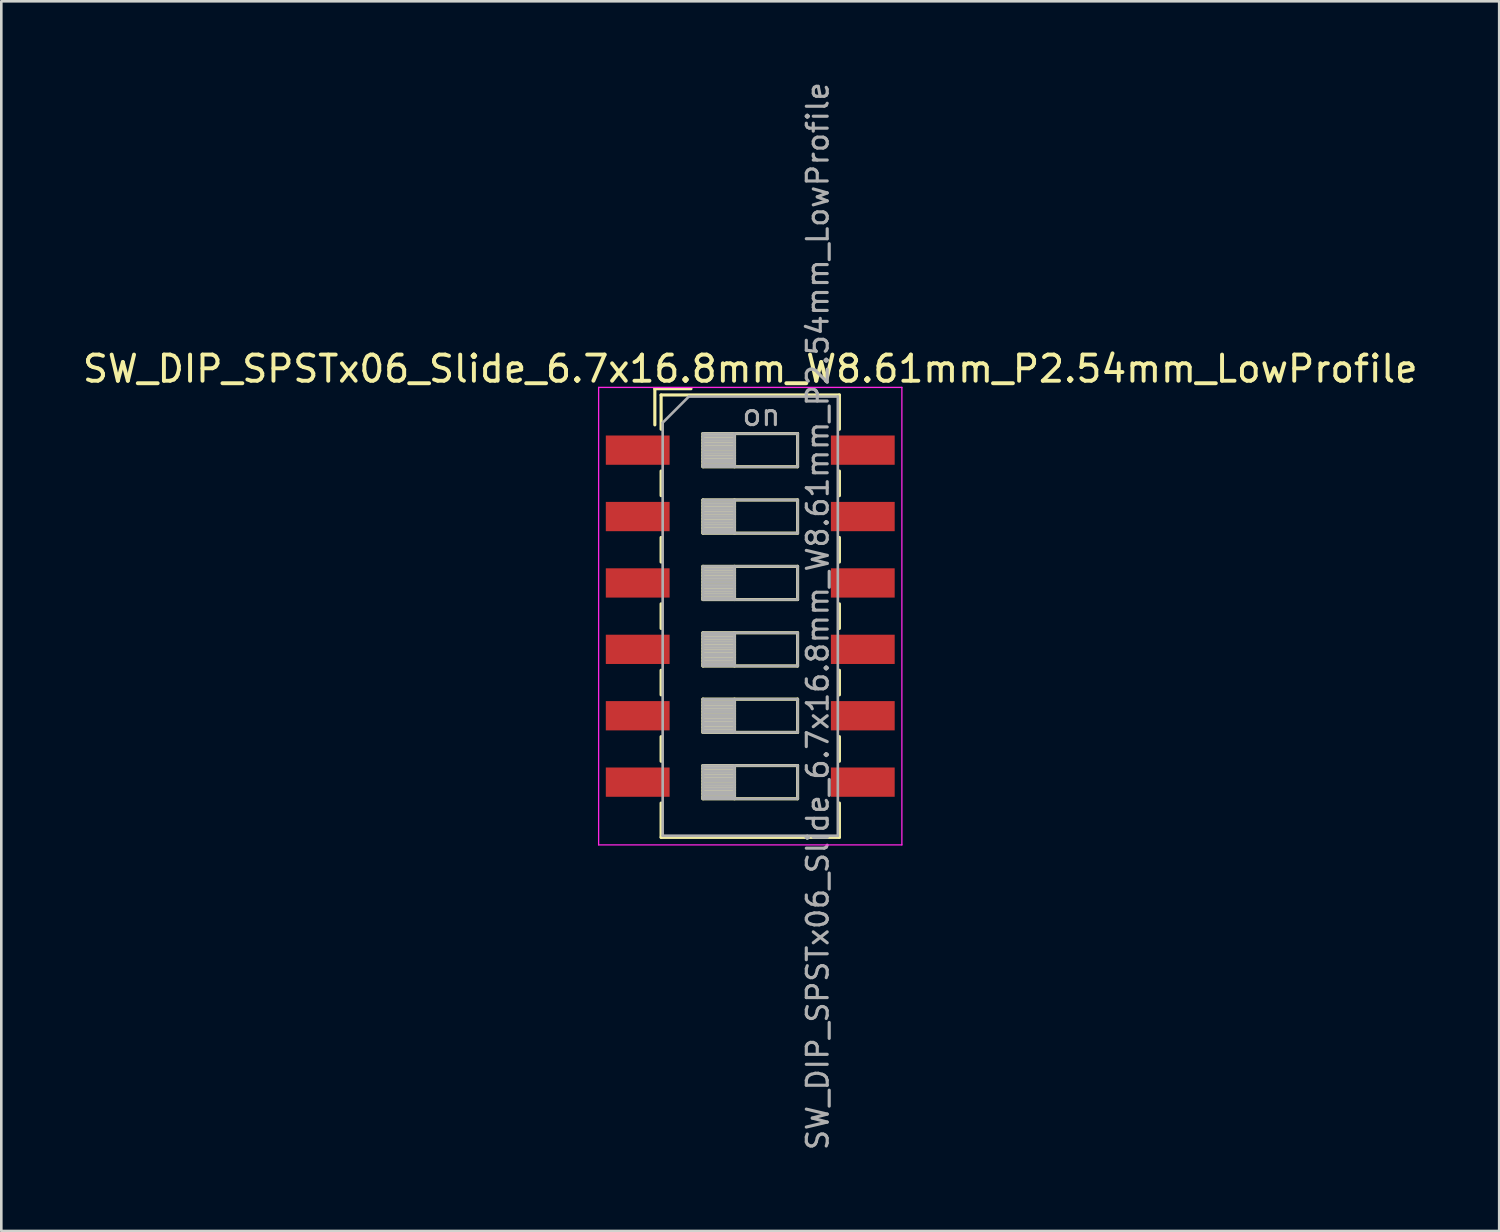
<source format=kicad_pcb>
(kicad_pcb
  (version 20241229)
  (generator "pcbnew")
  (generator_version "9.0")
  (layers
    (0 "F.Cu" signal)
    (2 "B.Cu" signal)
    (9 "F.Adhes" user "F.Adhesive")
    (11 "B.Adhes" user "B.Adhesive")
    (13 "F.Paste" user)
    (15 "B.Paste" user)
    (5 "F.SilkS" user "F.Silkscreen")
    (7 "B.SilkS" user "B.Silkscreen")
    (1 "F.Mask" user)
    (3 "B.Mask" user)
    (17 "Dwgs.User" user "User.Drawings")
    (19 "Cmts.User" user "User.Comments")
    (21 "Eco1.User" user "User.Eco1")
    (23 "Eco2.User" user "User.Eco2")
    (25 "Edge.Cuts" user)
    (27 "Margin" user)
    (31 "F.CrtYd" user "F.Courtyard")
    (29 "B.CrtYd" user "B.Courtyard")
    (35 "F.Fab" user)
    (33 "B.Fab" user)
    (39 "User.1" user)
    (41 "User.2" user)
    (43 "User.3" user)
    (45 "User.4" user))
  (footprint "SW_DIP_SPSTx06_Slide_6.7x16.8mm_W8.61mm_P2.54mm_LowProfile"
    (layer "F.Cu")
    (at 25.649 20.519)
    (property "Reference" "SW_DIP_SPSTx06_Slide_6.7x16.8mm_W8.61mm_P2.54mm_LowProfile" (at 0 -9.46 0) (layer "F.SilkS") (effects (font (size 1 1) (thickness 0.15))))
    (attr smd)
    (fp_line (start -3.65 -8.7) (end -3.65 -7.317) (stroke (width 0.12) (type solid)) (layer "F.SilkS"))
    (fp_line (start -3.65 -8.7) (end -2.267 -8.7) (stroke (width 0.12) (type solid)) (layer "F.SilkS"))
    (fp_line (start -3.41 -8.46) (end -3.41 -7.15) (stroke (width 0.12) (type solid)) (layer "F.SilkS"))
    (fp_line (start -3.41 -8.46) (end 3.41 -8.46) (stroke (width 0.12) (type solid)) (layer "F.SilkS"))
    (fp_line (start -3.41 -5.55) (end -3.41 -4.61) (stroke (width 0.12) (type solid)) (layer "F.SilkS"))
    (fp_line (start -3.41 -3.01) (end -3.41 -2.07) (stroke (width 0.12) (type solid)) (layer "F.SilkS"))
    (fp_line (start -3.41 -0.47) (end -3.41 0.47) (stroke (width 0.12) (type solid)) (layer "F.SilkS"))
    (fp_line (start -3.41 2.07) (end -3.41 3.01) (stroke (width 0.12) (type solid)) (layer "F.SilkS"))
    (fp_line (start -3.41 4.61) (end -3.41 5.55) (stroke (width 0.12) (type solid)) (layer "F.SilkS"))
    (fp_line (start -3.41 7.15) (end -3.41 8.461) (stroke (width 0.12) (type solid)) (layer "F.SilkS"))
    (fp_line (start -3.41 8.461) (end 3.41 8.461) (stroke (width 0.12) (type solid)) (layer "F.SilkS"))
    (fp_line (start -1.81 -6.985) (end -1.81 -5.715) (stroke (width 0.12) (type solid)) (layer "F.SilkS"))
    (fp_line (start -1.81 -6.865) (end -0.603 -6.865) (stroke (width 0.12) (type solid)) (layer "F.SilkS"))
    (fp_line (start -1.81 -6.745) (end -0.603 -6.745) (stroke (width 0.12) (type solid)) (layer "F.SilkS"))
    (fp_line (start -1.81 -6.625) (end -0.603 -6.625) (stroke (width 0.12) (type solid)) (layer "F.SilkS"))
    (fp_line (start -1.81 -6.505) (end -0.603 -6.505) (stroke (width 0.12) (type solid)) (layer "F.SilkS"))
    (fp_line (start -1.81 -6.385) (end -0.603 -6.385) (stroke (width 0.12) (type solid)) (layer "F.SilkS"))
    (fp_line (start -1.81 -6.265) (end -0.603 -6.265) (stroke (width 0.12) (type solid)) (layer "F.SilkS"))
    (fp_line (start -1.81 -6.145) (end -0.603 -6.145) (stroke (width 0.12) (type solid)) (layer "F.SilkS"))
    (fp_line (start -1.81 -6.025) (end -0.603 -6.025) (stroke (width 0.12) (type solid)) (layer "F.SilkS"))
    (fp_line (start -1.81 -5.905) (end -0.603 -5.905) (stroke (width 0.12) (type solid)) (layer "F.SilkS"))
    (fp_line (start -1.81 -5.785) (end -0.603 -5.785) (stroke (width 0.12) (type solid)) (layer "F.SilkS"))
    (fp_line (start -1.81 -5.715) (end 1.81 -5.715) (stroke (width 0.12) (type solid)) (layer "F.SilkS"))
    (fp_line (start -1.81 -4.445) (end -1.81 -3.175) (stroke (width 0.12) (type solid)) (layer "F.SilkS"))
    (fp_line (start -1.81 -4.325) (end -0.603 -4.325) (stroke (width 0.12) (type solid)) (layer "F.SilkS"))
    (fp_line (start -1.81 -4.205) (end -0.603 -4.205) (stroke (width 0.12) (type solid)) (layer "F.SilkS"))
    (fp_line (start -1.81 -4.085) (end -0.603 -4.085) (stroke (width 0.12) (type solid)) (layer "F.SilkS"))
    (fp_line (start -1.81 -3.965) (end -0.603 -3.965) (stroke (width 0.12) (type solid)) (layer "F.SilkS"))
    (fp_line (start -1.81 -3.845) (end -0.603 -3.845) (stroke (width 0.12) (type solid)) (layer "F.SilkS"))
    (fp_line (start -1.81 -3.725) (end -0.603 -3.725) (stroke (width 0.12) (type solid)) (layer "F.SilkS"))
    (fp_line (start -1.81 -3.605) (end -0.603 -3.605) (stroke (width 0.12) (type solid)) (layer "F.SilkS"))
    (fp_line (start -1.81 -3.485) (end -0.603 -3.485) (stroke (width 0.12) (type solid)) (layer "F.SilkS"))
    (fp_line (start -1.81 -3.365) (end -0.603 -3.365) (stroke (width 0.12) (type solid)) (layer "F.SilkS"))
    (fp_line (start -1.81 -3.245) (end -0.603 -3.245) (stroke (width 0.12) (type solid)) (layer "F.SilkS"))
    (fp_line (start -1.81 -3.175) (end 1.81 -3.175) (stroke (width 0.12) (type solid)) (layer "F.SilkS"))
    (fp_line (start -1.81 -1.905) (end -1.81 -0.635) (stroke (width 0.12) (type solid)) (layer "F.SilkS"))
    (fp_line (start -1.81 -1.785) (end -0.603 -1.785) (stroke (width 0.12) (type solid)) (layer "F.SilkS"))
    (fp_line (start -1.81 -1.665) (end -0.603 -1.665) (stroke (width 0.12) (type solid)) (layer "F.SilkS"))
    (fp_line (start -1.81 -1.545) (end -0.603 -1.545) (stroke (width 0.12) (type solid)) (layer "F.SilkS"))
    (fp_line (start -1.81 -1.425) (end -0.603 -1.425) (stroke (width 0.12) (type solid)) (layer "F.SilkS"))
    (fp_line (start -1.81 -1.305) (end -0.603 -1.305) (stroke (width 0.12) (type solid)) (layer "F.SilkS"))
    (fp_line (start -1.81 -1.185) (end -0.603 -1.185) (stroke (width 0.12) (type solid)) (layer "F.SilkS"))
    (fp_line (start -1.81 -1.065) (end -0.603 -1.065) (stroke (width 0.12) (type solid)) (layer "F.SilkS"))
    (fp_line (start -1.81 -0.945) (end -0.603 -0.945) (stroke (width 0.12) (type solid)) (layer "F.SilkS"))
    (fp_line (start -1.81 -0.825) (end -0.603 -0.825) (stroke (width 0.12) (type solid)) (layer "F.SilkS"))
    (fp_line (start -1.81 -0.705) (end -0.603 -0.705) (stroke (width 0.12) (type solid)) (layer "F.SilkS"))
    (fp_line (start -1.81 -0.635) (end 1.81 -0.635) (stroke (width 0.12) (type solid)) (layer "F.SilkS"))
    (fp_line (start -1.81 0.635) (end -1.81 1.905) (stroke (width 0.12) (type solid)) (layer "F.SilkS"))
    (fp_line (start -1.81 0.755) (end -0.603 0.755) (stroke (width 0.12) (type solid)) (layer "F.SilkS"))
    (fp_line (start -1.81 0.875) (end -0.603 0.875) (stroke (width 0.12) (type solid)) (layer "F.SilkS"))
    (fp_line (start -1.81 0.995) (end -0.603 0.995) (stroke (width 0.12) (type solid)) (layer "F.SilkS"))
    (fp_line (start -1.81 1.115) (end -0.603 1.115) (stroke (width 0.12) (type solid)) (layer "F.SilkS"))
    (fp_line (start -1.81 1.235) (end -0.603 1.235) (stroke (width 0.12) (type solid)) (layer "F.SilkS"))
    (fp_line (start -1.81 1.355) (end -0.603 1.355) (stroke (width 0.12) (type solid)) (layer "F.SilkS"))
    (fp_line (start -1.81 1.475) (end -0.603 1.475) (stroke (width 0.12) (type solid)) (layer "F.SilkS"))
    (fp_line (start -1.81 1.595) (end -0.603 1.595) (stroke (width 0.12) (type solid)) (layer "F.SilkS"))
    (fp_line (start -1.81 1.715) (end -0.603 1.715) (stroke (width 0.12) (type solid)) (layer "F.SilkS"))
    (fp_line (start -1.81 1.835) (end -0.603 1.835) (stroke (width 0.12) (type solid)) (layer "F.SilkS"))
    (fp_line (start -1.81 1.905) (end 1.81 1.905) (stroke (width 0.12) (type solid)) (layer "F.SilkS"))
    (fp_line (start -1.81 3.175) (end -1.81 4.445) (stroke (width 0.12) (type solid)) (layer "F.SilkS"))
    (fp_line (start -1.81 3.295) (end -0.603 3.295) (stroke (width 0.12) (type solid)) (layer "F.SilkS"))
    (fp_line (start -1.81 3.415) (end -0.603 3.415) (stroke (width 0.12) (type solid)) (layer "F.SilkS"))
    (fp_line (start -1.81 3.535) (end -0.603 3.535) (stroke (width 0.12) (type solid)) (layer "F.SilkS"))
    (fp_line (start -1.81 3.655) (end -0.603 3.655) (stroke (width 0.12) (type solid)) (layer "F.SilkS"))
    (fp_line (start -1.81 3.775) (end -0.603 3.775) (stroke (width 0.12) (type solid)) (layer "F.SilkS"))
    (fp_line (start -1.81 3.895) (end -0.603 3.895) (stroke (width 0.12) (type solid)) (layer "F.SilkS"))
    (fp_line (start -1.81 4.015) (end -0.603 4.015) (stroke (width 0.12) (type solid)) (layer "F.SilkS"))
    (fp_line (start -1.81 4.135) (end -0.603 4.135) (stroke (width 0.12) (type solid)) (layer "F.SilkS"))
    (fp_line (start -1.81 4.255) (end -0.603 4.255) (stroke (width 0.12) (type solid)) (layer "F.SilkS"))
    (fp_line (start -1.81 4.375) (end -0.603 4.375) (stroke (width 0.12) (type solid)) (layer "F.SilkS"))
    (fp_line (start -1.81 4.445) (end 1.81 4.445) (stroke (width 0.12) (type solid)) (layer "F.SilkS"))
    (fp_line (start -1.81 5.715) (end -1.81 6.985) (stroke (width 0.12) (type solid)) (layer "F.SilkS"))
    (fp_line (start -1.81 5.835) (end -0.603 5.835) (stroke (width 0.12) (type solid)) (layer "F.SilkS"))
    (fp_line (start -1.81 5.955) (end -0.603 5.955) (stroke (width 0.12) (type solid)) (layer "F.SilkS"))
    (fp_line (start -1.81 6.075) (end -0.603 6.075) (stroke (width 0.12) (type solid)) (layer "F.SilkS"))
    (fp_line (start -1.81 6.195) (end -0.603 6.195) (stroke (width 0.12) (type solid)) (layer "F.SilkS"))
    (fp_line (start -1.81 6.315) (end -0.603 6.315) (stroke (width 0.12) (type solid)) (layer "F.SilkS"))
    (fp_line (start -1.81 6.435) (end -0.603 6.435) (stroke (width 0.12) (type solid)) (layer "F.SilkS"))
    (fp_line (start -1.81 6.555) (end -0.603 6.555) (stroke (width 0.12) (type solid)) (layer "F.SilkS"))
    (fp_line (start -1.81 6.675) (end -0.603 6.675) (stroke (width 0.12) (type solid)) (layer "F.SilkS"))
    (fp_line (start -1.81 6.795) (end -0.603 6.795) (stroke (width 0.12) (type solid)) (layer "F.SilkS"))
    (fp_line (start -1.81 6.915) (end -0.603 6.915) (stroke (width 0.12) (type solid)) (layer "F.SilkS"))
    (fp_line (start -1.81 6.985) (end 1.81 6.985) (stroke (width 0.12) (type solid)) (layer "F.SilkS"))
    (fp_line (start -0.603 -6.985) (end -0.603 -5.715) (stroke (width 0.12) (type solid)) (layer "F.SilkS"))
    (fp_line (start -0.603 -4.445) (end -0.603 -3.175) (stroke (width 0.12) (type solid)) (layer "F.SilkS"))
    (fp_line (start -0.603 -1.905) (end -0.603 -0.635) (stroke (width 0.12) (type solid)) (layer "F.SilkS"))
    (fp_line (start -0.603 0.635) (end -0.603 1.905) (stroke (width 0.12) (type solid)) (layer "F.SilkS"))
    (fp_line (start -0.603 3.175) (end -0.603 4.445) (stroke (width 0.12) (type solid)) (layer "F.SilkS"))
    (fp_line (start -0.603 5.715) (end -0.603 6.985) (stroke (width 0.12) (type solid)) (layer "F.SilkS"))
    (fp_line (start 1.81 -6.985) (end -1.81 -6.985) (stroke (width 0.12) (type solid)) (layer "F.SilkS"))
    (fp_line (start 1.81 -5.715) (end 1.81 -6.985) (stroke (width 0.12) (type solid)) (layer "F.SilkS"))
    (fp_line (start 1.81 -4.445) (end -1.81 -4.445) (stroke (width 0.12) (type solid)) (layer "F.SilkS"))
    (fp_line (start 1.81 -3.175) (end 1.81 -4.445) (stroke (width 0.12) (type solid)) (layer "F.SilkS"))
    (fp_line (start 1.81 -1.905) (end -1.81 -1.905) (stroke (width 0.12) (type solid)) (layer "F.SilkS"))
    (fp_line (start 1.81 -0.635) (end 1.81 -1.905) (stroke (width 0.12) (type solid)) (layer "F.SilkS"))
    (fp_line (start 1.81 0.635) (end -1.81 0.635) (stroke (width 0.12) (type solid)) (layer "F.SilkS"))
    (fp_line (start 1.81 1.905) (end 1.81 0.635) (stroke (width 0.12) (type solid)) (layer "F.SilkS"))
    (fp_line (start 1.81 3.175) (end -1.81 3.175) (stroke (width 0.12) (type solid)) (layer "F.SilkS"))
    (fp_line (start 1.81 4.445) (end 1.81 3.175) (stroke (width 0.12) (type solid)) (layer "F.SilkS"))
    (fp_line (start 1.81 5.715) (end -1.81 5.715) (stroke (width 0.12) (type solid)) (layer "F.SilkS"))
    (fp_line (start 1.81 6.985) (end 1.81 5.715) (stroke (width 0.12) (type solid)) (layer "F.SilkS"))
    (fp_line (start 3.41 -8.46) (end 3.41 -7.15) (stroke (width 0.12) (type solid)) (layer "F.SilkS"))
    (fp_line (start 3.41 -5.55) (end 3.41 -4.61) (stroke (width 0.12) (type solid)) (layer "F.SilkS"))
    (fp_line (start 3.41 -3.01) (end 3.41 -2.07) (stroke (width 0.12) (type solid)) (layer "F.SilkS"))
    (fp_line (start 3.41 -0.47) (end 3.41 0.47) (stroke (width 0.12) (type solid)) (layer "F.SilkS"))
    (fp_line (start 3.41 2.07) (end 3.41 3.01) (stroke (width 0.12) (type solid)) (layer "F.SilkS"))
    (fp_line (start 3.41 4.61) (end 3.41 5.55) (stroke (width 0.12) (type solid)) (layer "F.SilkS"))
    (fp_line (start 3.41 7.15) (end 3.41 8.461) (stroke (width 0.12) (type solid)) (layer "F.SilkS"))
    (fp_line (start -5.8 -8.75) (end -5.8 8.75) (stroke (width 0.05) (type solid)) (layer "F.CrtYd"))
    (fp_line (start -5.8 8.75) (end 5.8 8.75) (stroke (width 0.05) (type solid)) (layer "F.CrtYd"))
    (fp_line (start 5.8 -8.75) (end -5.8 -8.75) (stroke (width 0.05) (type solid)) (layer "F.CrtYd"))
    (fp_line (start 5.8 8.75) (end 5.8 -8.75) (stroke (width 0.05) (type solid)) (layer "F.CrtYd"))
    (fp_line (start -3.35 -7.4) (end -2.35 -8.4) (stroke (width 0.1) (type solid)) (layer "F.Fab"))
    (fp_line (start -3.35 8.4) (end -3.35 -7.4) (stroke (width 0.1) (type solid)) (layer "F.Fab"))
    (fp_line (start -2.35 -8.4) (end 3.35 -8.4) (stroke (width 0.1) (type solid)) (layer "F.Fab"))
    (fp_line (start -1.81 -6.985) (end -1.81 -5.715) (stroke (width 0.1) (type solid)) (layer "F.Fab"))
    (fp_line (start -1.81 -6.885) (end -0.603 -6.885) (stroke (width 0.1) (type solid)) (layer "F.Fab"))
    (fp_line (start -1.81 -6.785) (end -0.603 -6.785) (stroke (width 0.1) (type solid)) (layer "F.Fab"))
    (fp_line (start -1.81 -6.685) (end -0.603 -6.685) (stroke (width 0.1) (type solid)) (layer "F.Fab"))
    (fp_line (start -1.81 -6.585) (end -0.603 -6.585) (stroke (width 0.1) (type solid)) (layer "F.Fab"))
    (fp_line (start -1.81 -6.485) (end -0.603 -6.485) (stroke (width 0.1) (type solid)) (layer "F.Fab"))
    (fp_line (start -1.81 -6.385) (end -0.603 -6.385) (stroke (width 0.1) (type solid)) (layer "F.Fab"))
    (fp_line (start -1.81 -6.285) (end -0.603 -6.285) (stroke (width 0.1) (type solid)) (layer "F.Fab"))
    (fp_line (start -1.81 -6.185) (end -0.603 -6.185) (stroke (width 0.1) (type solid)) (layer "F.Fab"))
    (fp_line (start -1.81 -6.085) (end -0.603 -6.085) (stroke (width 0.1) (type solid)) (layer "F.Fab"))
    (fp_line (start -1.81 -5.985) (end -0.603 -5.985) (stroke (width 0.1) (type solid)) (layer "F.Fab"))
    (fp_line (start -1.81 -5.885) (end -0.603 -5.885) (stroke (width 0.1) (type solid)) (layer "F.Fab"))
    (fp_line (start -1.81 -5.785) (end -0.603 -5.785) (stroke (width 0.1) (type solid)) (layer "F.Fab"))
    (fp_line (start -1.81 -5.715) (end 1.81 -5.715) (stroke (width 0.1) (type solid)) (layer "F.Fab"))
    (fp_line (start -1.81 -4.445) (end -1.81 -3.175) (stroke (width 0.1) (type solid)) (layer "F.Fab"))
    (fp_line (start -1.81 -4.345) (end -0.603 -4.345) (stroke (width 0.1) (type solid)) (layer "F.Fab"))
    (fp_line (start -1.81 -4.245) (end -0.603 -4.245) (stroke (width 0.1) (type solid)) (layer "F.Fab"))
    (fp_line (start -1.81 -4.145) (end -0.603 -4.145) (stroke (width 0.1) (type solid)) (layer "F.Fab"))
    (fp_line (start -1.81 -4.045) (end -0.603 -4.045) (stroke (width 0.1) (type solid)) (layer "F.Fab"))
    (fp_line (start -1.81 -3.945) (end -0.603 -3.945) (stroke (width 0.1) (type solid)) (layer "F.Fab"))
    (fp_line (start -1.81 -3.845) (end -0.603 -3.845) (stroke (width 0.1) (type solid)) (layer "F.Fab"))
    (fp_line (start -1.81 -3.745) (end -0.603 -3.745) (stroke (width 0.1) (type solid)) (layer "F.Fab"))
    (fp_line (start -1.81 -3.645) (end -0.603 -3.645) (stroke (width 0.1) (type solid)) (layer "F.Fab"))
    (fp_line (start -1.81 -3.545) (end -0.603 -3.545) (stroke (width 0.1) (type solid)) (layer "F.Fab"))
    (fp_line (start -1.81 -3.445) (end -0.603 -3.445) (stroke (width 0.1) (type solid)) (layer "F.Fab"))
    (fp_line (start -1.81 -3.345) (end -0.603 -3.345) (stroke (width 0.1) (type solid)) (layer "F.Fab"))
    (fp_line (start -1.81 -3.245) (end -0.603 -3.245) (stroke (width 0.1) (type solid)) (layer "F.Fab"))
    (fp_line (start -1.81 -3.175) (end 1.81 -3.175) (stroke (width 0.1) (type solid)) (layer "F.Fab"))
    (fp_line (start -1.81 -1.905) (end -1.81 -0.635) (stroke (width 0.1) (type solid)) (layer "F.Fab"))
    (fp_line (start -1.81 -1.805) (end -0.603 -1.805) (stroke (width 0.1) (type solid)) (layer "F.Fab"))
    (fp_line (start -1.81 -1.705) (end -0.603 -1.705) (stroke (width 0.1) (type solid)) (layer "F.Fab"))
    (fp_line (start -1.81 -1.605) (end -0.603 -1.605) (stroke (width 0.1) (type solid)) (layer "F.Fab"))
    (fp_line (start -1.81 -1.505) (end -0.603 -1.505) (stroke (width 0.1) (type solid)) (layer "F.Fab"))
    (fp_line (start -1.81 -1.405) (end -0.603 -1.405) (stroke (width 0.1) (type solid)) (layer "F.Fab"))
    (fp_line (start -1.81 -1.305) (end -0.603 -1.305) (stroke (width 0.1) (type solid)) (layer "F.Fab"))
    (fp_line (start -1.81 -1.205) (end -0.603 -1.205) (stroke (width 0.1) (type solid)) (layer "F.Fab"))
    (fp_line (start -1.81 -1.105) (end -0.603 -1.105) (stroke (width 0.1) (type solid)) (layer "F.Fab"))
    (fp_line (start -1.81 -1.005) (end -0.603 -1.005) (stroke (width 0.1) (type solid)) (layer "F.Fab"))
    (fp_line (start -1.81 -0.905) (end -0.603 -0.905) (stroke (width 0.1) (type solid)) (layer "F.Fab"))
    (fp_line (start -1.81 -0.805) (end -0.603 -0.805) (stroke (width 0.1) (type solid)) (layer "F.Fab"))
    (fp_line (start -1.81 -0.705) (end -0.603 -0.705) (stroke (width 0.1) (type solid)) (layer "F.Fab"))
    (fp_line (start -1.81 -0.635) (end 1.81 -0.635) (stroke (width 0.1) (type solid)) (layer "F.Fab"))
    (fp_line (start -1.81 0.635) (end -1.81 1.905) (stroke (width 0.1) (type solid)) (layer "F.Fab"))
    (fp_line (start -1.81 0.735) (end -0.603 0.735) (stroke (width 0.1) (type solid)) (layer "F.Fab"))
    (fp_line (start -1.81 0.835) (end -0.603 0.835) (stroke (width 0.1) (type solid)) (layer "F.Fab"))
    (fp_line (start -1.81 0.935) (end -0.603 0.935) (stroke (width 0.1) (type solid)) (layer "F.Fab"))
    (fp_line (start -1.81 1.035) (end -0.603 1.035) (stroke (width 0.1) (type solid)) (layer "F.Fab"))
    (fp_line (start -1.81 1.135) (end -0.603 1.135) (stroke (width 0.1) (type solid)) (layer "F.Fab"))
    (fp_line (start -1.81 1.235) (end -0.603 1.235) (stroke (width 0.1) (type solid)) (layer "F.Fab"))
    (fp_line (start -1.81 1.335) (end -0.603 1.335) (stroke (width 0.1) (type solid)) (layer "F.Fab"))
    (fp_line (start -1.81 1.435) (end -0.603 1.435) (stroke (width 0.1) (type solid)) (layer "F.Fab"))
    (fp_line (start -1.81 1.535) (end -0.603 1.535) (stroke (width 0.1) (type solid)) (layer "F.Fab"))
    (fp_line (start -1.81 1.635) (end -0.603 1.635) (stroke (width 0.1) (type solid)) (layer "F.Fab"))
    (fp_line (start -1.81 1.735) (end -0.603 1.735) (stroke (width 0.1) (type solid)) (layer "F.Fab"))
    (fp_line (start -1.81 1.835) (end -0.603 1.835) (stroke (width 0.1) (type solid)) (layer "F.Fab"))
    (fp_line (start -1.81 1.905) (end 1.81 1.905) (stroke (width 0.1) (type solid)) (layer "F.Fab"))
    (fp_line (start -1.81 3.175) (end -1.81 4.445) (stroke (width 0.1) (type solid)) (layer "F.Fab"))
    (fp_line (start -1.81 3.275) (end -0.603 3.275) (stroke (width 0.1) (type solid)) (layer "F.Fab"))
    (fp_line (start -1.81 3.375) (end -0.603 3.375) (stroke (width 0.1) (type solid)) (layer "F.Fab"))
    (fp_line (start -1.81 3.475) (end -0.603 3.475) (stroke (width 0.1) (type solid)) (layer "F.Fab"))
    (fp_line (start -1.81 3.575) (end -0.603 3.575) (stroke (width 0.1) (type solid)) (layer "F.Fab"))
    (fp_line (start -1.81 3.675) (end -0.603 3.675) (stroke (width 0.1) (type solid)) (layer "F.Fab"))
    (fp_line (start -1.81 3.775) (end -0.603 3.775) (stroke (width 0.1) (type solid)) (layer "F.Fab"))
    (fp_line (start -1.81 3.875) (end -0.603 3.875) (stroke (width 0.1) (type solid)) (layer "F.Fab"))
    (fp_line (start -1.81 3.975) (end -0.603 3.975) (stroke (width 0.1) (type solid)) (layer "F.Fab"))
    (fp_line (start -1.81 4.075) (end -0.603 4.075) (stroke (width 0.1) (type solid)) (layer "F.Fab"))
    (fp_line (start -1.81 4.175) (end -0.603 4.175) (stroke (width 0.1) (type solid)) (layer "F.Fab"))
    (fp_line (start -1.81 4.275) (end -0.603 4.275) (stroke (width 0.1) (type solid)) (layer "F.Fab"))
    (fp_line (start -1.81 4.375) (end -0.603 4.375) (stroke (width 0.1) (type solid)) (layer "F.Fab"))
    (fp_line (start -1.81 4.445) (end 1.81 4.445) (stroke (width 0.1) (type solid)) (layer "F.Fab"))
    (fp_line (start -1.81 5.715) (end -1.81 6.985) (stroke (width 0.1) (type solid)) (layer "F.Fab"))
    (fp_line (start -1.81 5.815) (end -0.603 5.815) (stroke (width 0.1) (type solid)) (layer "F.Fab"))
    (fp_line (start -1.81 5.915) (end -0.603 5.915) (stroke (width 0.1) (type solid)) (layer "F.Fab"))
    (fp_line (start -1.81 6.015) (end -0.603 6.015) (stroke (width 0.1) (type solid)) (layer "F.Fab"))
    (fp_line (start -1.81 6.115) (end -0.603 6.115) (stroke (width 0.1) (type solid)) (layer "F.Fab"))
    (fp_line (start -1.81 6.215) (end -0.603 6.215) (stroke (width 0.1) (type solid)) (layer "F.Fab"))
    (fp_line (start -1.81 6.315) (end -0.603 6.315) (stroke (width 0.1) (type solid)) (layer "F.Fab"))
    (fp_line (start -1.81 6.415) (end -0.603 6.415) (stroke (width 0.1) (type solid)) (layer "F.Fab"))
    (fp_line (start -1.81 6.515) (end -0.603 6.515) (stroke (width 0.1) (type solid)) (layer "F.Fab"))
    (fp_line (start -1.81 6.615) (end -0.603 6.615) (stroke (width 0.1) (type solid)) (layer "F.Fab"))
    (fp_line (start -1.81 6.715) (end -0.603 6.715) (stroke (width 0.1) (type solid)) (layer "F.Fab"))
    (fp_line (start -1.81 6.815) (end -0.603 6.815) (stroke (width 0.1) (type solid)) (layer "F.Fab"))
    (fp_line (start -1.81 6.915) (end -0.603 6.915) (stroke (width 0.1) (type solid)) (layer "F.Fab"))
    (fp_line (start -1.81 6.985) (end 1.81 6.985) (stroke (width 0.1) (type solid)) (layer "F.Fab"))
    (fp_line (start -0.603 -6.985) (end -0.603 -5.715) (stroke (width 0.1) (type solid)) (layer "F.Fab"))
    (fp_line (start -0.603 -4.445) (end -0.603 -3.175) (stroke (width 0.1) (type solid)) (layer "F.Fab"))
    (fp_line (start -0.603 -1.905) (end -0.603 -0.635) (stroke (width 0.1) (type solid)) (layer "F.Fab"))
    (fp_line (start -0.603 0.635) (end -0.603 1.905) (stroke (width 0.1) (type solid)) (layer "F.Fab"))
    (fp_line (start -0.603 3.175) (end -0.603 4.445) (stroke (width 0.1) (type solid)) (layer "F.Fab"))
    (fp_line (start -0.603 5.715) (end -0.603 6.985) (stroke (width 0.1) (type solid)) (layer "F.Fab"))
    (fp_line (start 1.81 -6.985) (end -1.81 -6.985) (stroke (width 0.1) (type solid)) (layer "F.Fab"))
    (fp_line (start 1.81 -5.715) (end 1.81 -6.985) (stroke (width 0.1) (type solid)) (layer "F.Fab"))
    (fp_line (start 1.81 -4.445) (end -1.81 -4.445) (stroke (width 0.1) (type solid)) (layer "F.Fab"))
    (fp_line (start 1.81 -3.175) (end 1.81 -4.445) (stroke (width 0.1) (type solid)) (layer "F.Fab"))
    (fp_line (start 1.81 -1.905) (end -1.81 -1.905) (stroke (width 0.1) (type solid)) (layer "F.Fab"))
    (fp_line (start 1.81 -0.635) (end 1.81 -1.905) (stroke (width 0.1) (type solid)) (layer "F.Fab"))
    (fp_line (start 1.81 0.635) (end -1.81 0.635) (stroke (width 0.1) (type solid)) (layer "F.Fab"))
    (fp_line (start 1.81 1.905) (end 1.81 0.635) (stroke (width 0.1) (type solid)) (layer "F.Fab"))
    (fp_line (start 1.81 3.175) (end -1.81 3.175) (stroke (width 0.1) (type solid)) (layer "F.Fab"))
    (fp_line (start 1.81 4.445) (end 1.81 3.175) (stroke (width 0.1) (type solid)) (layer "F.Fab"))
    (fp_line (start 1.81 5.715) (end -1.81 5.715) (stroke (width 0.1) (type solid)) (layer "F.Fab"))
    (fp_line (start 1.81 6.985) (end 1.81 5.715) (stroke (width 0.1) (type solid)) (layer "F.Fab"))
    (fp_line (start 3.35 -8.4) (end 3.35 8.4) (stroke (width 0.1) (type solid)) (layer "F.Fab"))
    (fp_line (start 3.35 8.4) (end -3.35 8.4) (stroke (width 0.1) (type solid)) (layer "F.Fab"))
    (fp_text user "${REFERENCE}" (at 2.58 0 90) (layer "F.Fab") (effects (font (size 0.8 0.8) (thickness 0.12))))
    (fp_text user "on" (at 0.427 -7.692 0) (layer "F.Fab") (effects (font (size 0.8 0.8) (thickness 0.12))))
    (pad "1" smd rect (at -4.305 -6.35) (size 2.44 1.12) (layers "F.Cu" "F.Mask" "F.Paste"))
    (pad "2" smd rect (at -4.305 -3.81) (size 2.44 1.12) (layers "F.Cu" "F.Mask" "F.Paste"))
    (pad "3" smd rect (at -4.305 -1.27) (size 2.44 1.12) (layers "F.Cu" "F.Mask" "F.Paste"))
    (pad "4" smd rect (at -4.305 1.27) (size 2.44 1.12) (layers "F.Cu" "F.Mask" "F.Paste"))
    (pad "5" smd rect (at -4.305 3.81) (size 2.44 1.12) (layers "F.Cu" "F.Mask" "F.Paste"))
    (pad "6" smd rect (at -4.305 6.35) (size 2.44 1.12) (layers "F.Cu" "F.Mask" "F.Paste"))
    (pad "7" smd rect (at 4.305 6.35) (size 2.44 1.12) (layers "F.Cu" "F.Mask" "F.Paste"))
    (pad "8" smd rect (at 4.305 3.81) (size 2.44 1.12) (layers "F.Cu" "F.Mask" "F.Paste"))
    (pad "9" smd rect (at 4.305 1.27) (size 2.44 1.12) (layers "F.Cu" "F.Mask" "F.Paste"))
    (pad "10" smd rect (at 4.305 -1.27) (size 2.44 1.12) (layers "F.Cu" "F.Mask" "F.Paste"))
    (pad "11" smd rect (at 4.305 -3.81) (size 2.44 1.12) (layers "F.Cu" "F.Mask" "F.Paste"))
    (pad "12" smd rect (at 4.305 -6.35) (size 2.44 1.12) (layers "F.Cu" "F.Mask" "F.Paste")))
  (gr_rect
    (start -3 -3)
    (end 54.298 44.038)
    (stroke (width 0.1) (type default))
    (fill no)
    (layer "Edge.Cuts")))
</source>
